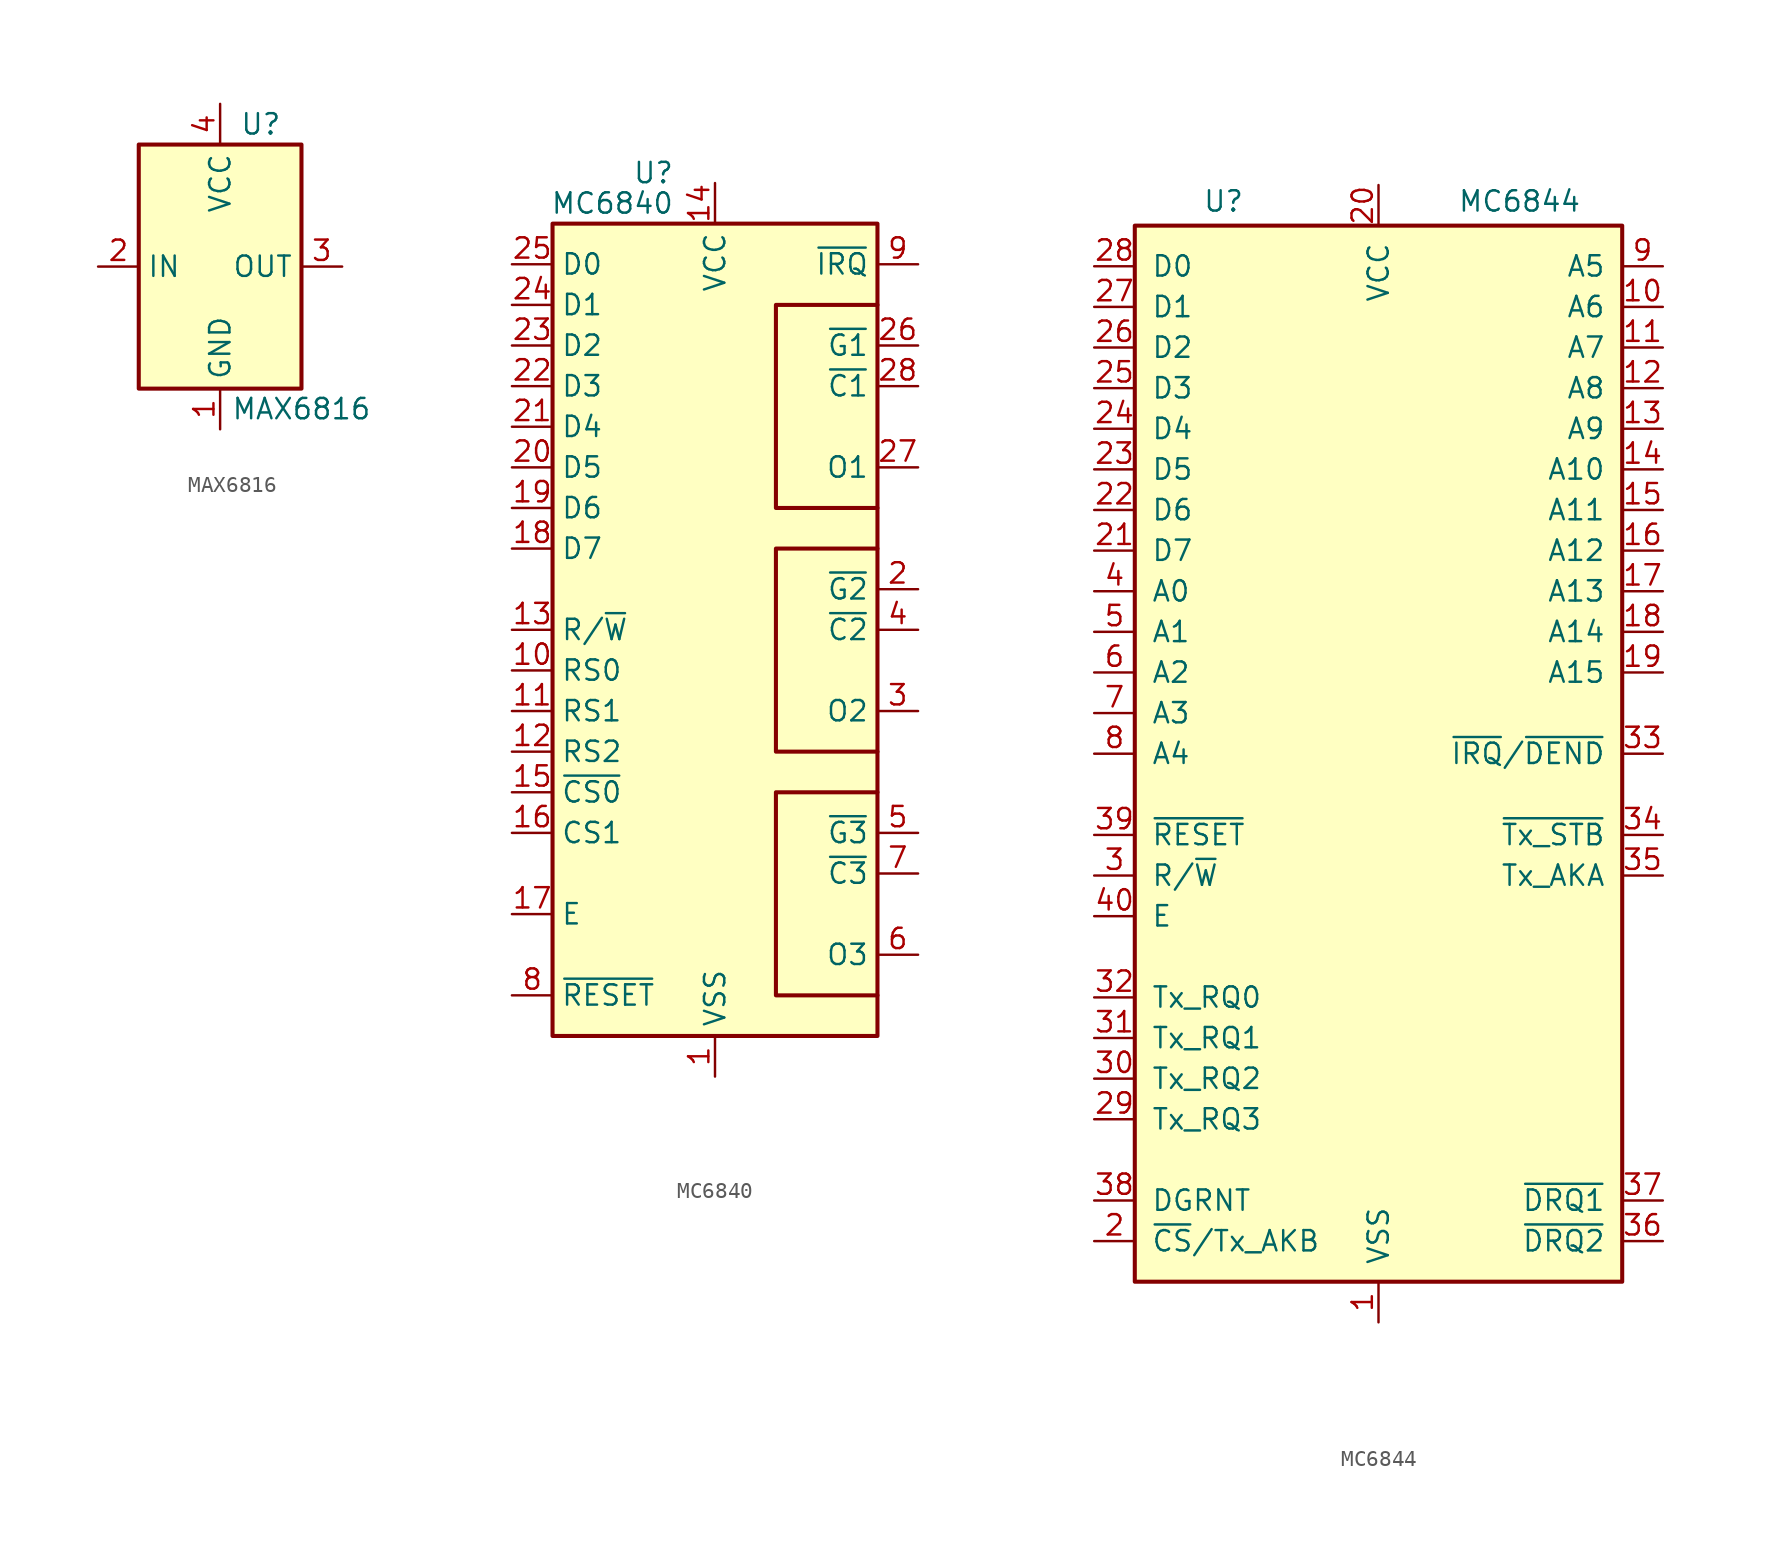
<source format=kicad_sym>
(kicad_symbol_lib
  (version 20241209)
  (generator "kicad_symbol_editor")
  (generator_version "9.0")
  (symbol "MAX6816"
    (property "Reference" "U"
      (at 2.54 8.89 0)
      (effects (font (size 1.27 1.27))))
    (property "Value" "MAX6816"
      (at 5.08 -8.89 0)
      (effects (font (size 1.27 1.27))))
    (symbol "MAX6816_0_1"
      (rectangle (start -5.08 7.62) (end 5.08 -7.62) (stroke (width 0.254) (type default)) (fill (type background))))
    (symbol "MAX6816_1_1"
      (pin input line (at -7.62 0 0) (length 2.54) (name "IN" (effects (font (size 1.27 1.27)))) (number "2" (effects (font (size 1.27 1.27)))))
      (pin power_in line (at 0 10.16 270) (length 2.54) (name "VCC" (effects (font (size 1.27 1.27)))) (number "4" (effects (font (size 1.27 1.27)))))
      (pin power_in line (at 0 -10.16 90) (length 2.54) (name "GND" (effects (font (size 1.27 1.27)))) (number "1" (effects (font (size 1.27 1.27)))))
      (pin output line (at 7.62 0 180) (length 2.54) (name "OUT" (effects (font (size 1.27 1.27)))) (number "3" (effects (font (size 1.27 1.27)))))))
  (symbol "MC6840"
    (property "Reference" "U"
      (at -2.54 28.575 0)
      (effects (font (size 1.27 1.27)) (justify right)))
    (property "Value" "MC6840"
      (at -2.54 26.67 0)
      (effects (font (size 1.27 1.27)) (justify right)))
    (symbol "MC6840_0_1"
      (rectangle (start -10.16 25.4) (end 10.16 -25.4) (stroke (width 0.254) (type solid)) (fill (type background)))
      (polyline (pts (xy 10.16 20.32) (xy 3.81 20.32) (xy 3.81 7.62) (xy 10.16 7.62)) (stroke (width 0.254) (type solid)) (fill (type none)))
      (polyline (pts (xy 10.16 5.08) (xy 3.81 5.08) (xy 3.81 -7.62) (xy 10.16 -7.62)) (stroke (width 0.254) (type solid)) (fill (type none)))
      (polyline (pts (xy 10.16 -10.16) (xy 3.81 -10.16) (xy 3.81 -22.86) (xy 10.16 -22.86)) (stroke (width 0.254) (type solid)) (fill (type none))))
    (symbol "MC6840_1_1"
      (pin input line (at -12.7 22.86 0) (length 2.54) (name "D0" (effects (font (size 1.27 1.27)))) (number "25" (effects (font (size 1.27 1.27)))))
      (pin input line (at -12.7 20.32 0) (length 2.54) (name "D1" (effects (font (size 1.27 1.27)))) (number "24" (effects (font (size 1.27 1.27)))))
      (pin input line (at -12.7 17.78 0) (length 2.54) (name "D2" (effects (font (size 1.27 1.27)))) (number "23" (effects (font (size 1.27 1.27)))))
      (pin input line (at -12.7 15.24 0) (length 2.54) (name "D3" (effects (font (size 1.27 1.27)))) (number "22" (effects (font (size 1.27 1.27)))))
      (pin input line (at -12.7 12.7 0) (length 2.54) (name "D4" (effects (font (size 1.27 1.27)))) (number "21" (effects (font (size 1.27 1.27)))))
      (pin input line (at -12.7 10.16 0) (length 2.54) (name "D5" (effects (font (size 1.27 1.27)))) (number "20" (effects (font (size 1.27 1.27)))))
      (pin input line (at -12.7 7.62 0) (length 2.54) (name "D6" (effects (font (size 1.27 1.27)))) (number "19" (effects (font (size 1.27 1.27)))))
      (pin input line (at -12.7 5.08 0) (length 2.54) (name "D7" (effects (font (size 1.27 1.27)))) (number "18" (effects (font (size 1.27 1.27)))))
      (pin input line (at -12.7 0 0) (length 2.54) (name "R/~{W}" (effects (font (size 1.27 1.27)))) (number "13" (effects (font (size 1.27 1.27)))))
      (pin input line (at -12.7 -2.54 0) (length 2.54) (name "RS0" (effects (font (size 1.27 1.27)))) (number "10" (effects (font (size 1.27 1.27)))))
      (pin input line (at -12.7 -5.08 0) (length 2.54) (name "RS1" (effects (font (size 1.27 1.27)))) (number "11" (effects (font (size 1.27 1.27)))))
      (pin input line (at -12.7 -7.62 0) (length 2.54) (name "RS2" (effects (font (size 1.27 1.27)))) (number "12" (effects (font (size 1.27 1.27)))))
      (pin input line (at -12.7 -10.16 0) (length 2.54) (name "~{CS0}" (effects (font (size 1.27 1.27)))) (number "15" (effects (font (size 1.27 1.27)))))
      (pin input line (at -12.7 -12.7 0) (length 2.54) (name "CS1" (effects (font (size 1.27 1.27)))) (number "16" (effects (font (size 1.27 1.27)))))
      (pin input line (at -12.7 -17.78 0) (length 2.54) (name "E" (effects (font (size 1.27 1.27)))) (number "17" (effects (font (size 1.27 1.27)))))
      (pin input line (at -12.7 -22.86 0) (length 2.54) (name "~{RESET}" (effects (font (size 1.27 1.27)))) (number "8" (effects (font (size 1.27 1.27)))))
      (pin power_in line (at 0 27.94 270) (length 2.54) (name "VCC" (effects (font (size 1.27 1.27)))) (number "14" (effects (font (size 1.27 1.27)))))
      (pin power_in line (at 0 -27.94 90) (length 2.54) (name "VSS" (effects (font (size 1.27 1.27)))) (number "1" (effects (font (size 1.27 1.27)))))
      (pin output line (at 12.7 22.86 180) (length 2.54) (name "~{IRQ}" (effects (font (size 1.27 1.27)))) (number "9" (effects (font (size 1.27 1.27)))))
      (pin input line (at 12.7 17.78 180) (length 2.54) (name "~{G1}" (effects (font (size 1.27 1.27)))) (number "26" (effects (font (size 1.27 1.27)))))
      (pin input line (at 12.7 15.24 180) (length 2.54) (name "~{C1}" (effects (font (size 1.27 1.27)))) (number "28" (effects (font (size 1.27 1.27)))))
      (pin output line (at 12.7 10.16 180) (length 2.54) (name "O1" (effects (font (size 1.27 1.27)))) (number "27" (effects (font (size 1.27 1.27)))))
      (pin input line (at 12.7 2.54 180) (length 2.54) (name "~{G2}" (effects (font (size 1.27 1.27)))) (number "2" (effects (font (size 1.27 1.27)))))
      (pin input line (at 12.7 0 180) (length 2.54) (name "~{C2}" (effects (font (size 1.27 1.27)))) (number "4" (effects (font (size 1.27 1.27)))))
      (pin output line (at 12.7 -5.08 180) (length 2.54) (name "O2" (effects (font (size 1.27 1.27)))) (number "3" (effects (font (size 1.27 1.27)))))
      (pin input line (at 12.7 -12.7 180) (length 2.54) (name "~{G3}" (effects (font (size 1.27 1.27)))) (number "5" (effects (font (size 1.27 1.27)))))
      (pin input line (at 12.7 -15.24 180) (length 2.54) (name "~{C3}" (effects (font (size 1.27 1.27)))) (number "7" (effects (font (size 1.27 1.27)))))
      (pin output line (at 12.7 -20.32 180) (length 2.54) (name "O3" (effects (font (size 1.27 1.27)))) (number "6" (effects (font (size 1.27 1.27)))))))
  (symbol "MC6844"
    (pin_names
      (offset 1.016))
    (property "Reference" "U"
      (at -8.382 34.544 0)
      (effects (font (size 1.27 1.27)) (justify right)))
    (property "Value" "MC6844"
      (at 12.7 34.544 0)
      (effects (font (size 1.27 1.27)) (justify right)))
    (symbol "MC6844_0_1"
      (rectangle (start -15.24 -33.02) (end 15.24 33.02) (stroke (width 0.254) (type default)) (fill (type background))))
    (symbol "MC6844_1_1"
      (pin bidirectional line (at -17.78 30.48 0) (length 2.54) (name "D0" (effects (font (size 1.27 1.27)))) (number "28" (effects (font (size 1.27 1.27)))))
      (pin bidirectional line (at -17.78 27.94 0) (length 2.54) (name "D1" (effects (font (size 1.27 1.27)))) (number "27" (effects (font (size 1.27 1.27)))))
      (pin bidirectional line (at -17.78 25.4 0) (length 2.54) (name "D2" (effects (font (size 1.27 1.27)))) (number "26" (effects (font (size 1.27 1.27)))))
      (pin bidirectional line (at -17.78 22.86 0) (length 2.54) (name "D3" (effects (font (size 1.27 1.27)))) (number "25" (effects (font (size 1.27 1.27)))))
      (pin bidirectional line (at -17.78 20.32 0) (length 2.54) (name "D4" (effects (font (size 1.27 1.27)))) (number "24" (effects (font (size 1.27 1.27)))))
      (pin bidirectional line (at -17.78 17.78 0) (length 2.54) (name "D5" (effects (font (size 1.27 1.27)))) (number "23" (effects (font (size 1.27 1.27)))))
      (pin bidirectional line (at -17.78 15.24 0) (length 2.54) (name "D6" (effects (font (size 1.27 1.27)))) (number "22" (effects (font (size 1.27 1.27)))))
      (pin bidirectional line (at -17.78 12.7 0) (length 2.54) (name "D7" (effects (font (size 1.27 1.27)))) (number "21" (effects (font (size 1.27 1.27)))))
      (pin bidirectional line (at -17.78 10.16 0) (length 2.54) (name "A0" (effects (font (size 1.27 1.27)))) (number "4" (effects (font (size 1.27 1.27)))))
      (pin bidirectional line (at -17.78 7.62 0) (length 2.54) (name "A1" (effects (font (size 1.27 1.27)))) (number "5" (effects (font (size 1.27 1.27)))))
      (pin bidirectional line (at -17.78 5.08 0) (length 2.54) (name "A2" (effects (font (size 1.27 1.27)))) (number "6" (effects (font (size 1.27 1.27)))))
      (pin bidirectional line (at -17.78 2.54 0) (length 2.54) (name "A3" (effects (font (size 1.27 1.27)))) (number "7" (effects (font (size 1.27 1.27)))))
      (pin bidirectional line (at -17.78 0 0) (length 2.54) (name "A4" (effects (font (size 1.27 1.27)))) (number "8" (effects (font (size 1.27 1.27)))))
      (pin input line (at -17.78 -5.08 0) (length 2.54) (name "~{RESET}" (effects (font (size 1.27 1.27)))) (number "39" (effects (font (size 1.27 1.27)))))
      (pin bidirectional line (at -17.78 -7.62 0) (length 2.54) (name "R/~{W}" (effects (font (size 1.27 1.27)))) (number "3" (effects (font (size 1.27 1.27)))))
      (pin input line (at -17.78 -10.16 0) (length 2.54) (name "E" (effects (font (size 1.27 1.27)))) (number "40" (effects (font (size 1.27 1.27)))))
      (pin input line (at -17.78 -15.24 0) (length 2.54) (name "Tx_RQ0" (effects (font (size 1.27 1.27)))) (number "32" (effects (font (size 1.27 1.27)))))
      (pin input line (at -17.78 -17.78 0) (length 2.54) (name "Tx_RQ1" (effects (font (size 1.27 1.27)))) (number "31" (effects (font (size 1.27 1.27)))))
      (pin input line (at -17.78 -20.32 0) (length 2.54) (name "Tx_RQ2" (effects (font (size 1.27 1.27)))) (number "30" (effects (font (size 1.27 1.27)))))
      (pin input line (at -17.78 -22.86 0) (length 2.54) (name "Tx_RQ3" (effects (font (size 1.27 1.27)))) (number "29" (effects (font (size 1.27 1.27)))))
      (pin input line (at -17.78 -27.94 0) (length 2.54) (name "DGRNT" (effects (font (size 1.27 1.27)))) (number "38" (effects (font (size 1.27 1.27)))))
      (pin bidirectional line (at -17.78 -30.48 0) (length 2.54) (name "~{CS}/Tx_AKB" (effects (font (size 1.27 1.27)))) (number "2" (effects (font (size 1.27 1.27)))))
      (pin power_in line (at 0 35.56 270) (length 2.54) (name "VCC" (effects (font (size 1.27 1.27)))) (number "20" (effects (font (size 1.27 1.27)))))
      (pin power_in line (at 0 -35.56 90) (length 2.54) (name "VSS" (effects (font (size 1.27 1.27)))) (number "1" (effects (font (size 1.27 1.27)))))
      (pin output line (at 17.78 30.48 180) (length 2.54) (name "A5" (effects (font (size 1.27 1.27)))) (number "9" (effects (font (size 1.27 1.27)))))
      (pin output line (at 17.78 27.94 180) (length 2.54) (name "A6" (effects (font (size 1.27 1.27)))) (number "10" (effects (font (size 1.27 1.27)))))
      (pin output line (at 17.78 25.4 180) (length 2.54) (name "A7" (effects (font (size 1.27 1.27)))) (number "11" (effects (font (size 1.27 1.27)))))
      (pin output line (at 17.78 22.86 180) (length 2.54) (name "A8" (effects (font (size 1.27 1.27)))) (number "12" (effects (font (size 1.27 1.27)))))
      (pin output line (at 17.78 20.32 180) (length 2.54) (name "A9" (effects (font (size 1.27 1.27)))) (number "13" (effects (font (size 1.27 1.27)))))
      (pin output line (at 17.78 17.78 180) (length 2.54) (name "A10" (effects (font (size 1.27 1.27)))) (number "14" (effects (font (size 1.27 1.27)))))
      (pin output line (at 17.78 15.24 180) (length 2.54) (name "A11" (effects (font (size 1.27 1.27)))) (number "15" (effects (font (size 1.27 1.27)))))
      (pin output line (at 17.78 12.7 180) (length 2.54) (name "A12" (effects (font (size 1.27 1.27)))) (number "16" (effects (font (size 1.27 1.27)))))
      (pin output line (at 17.78 10.16 180) (length 2.54) (name "A13" (effects (font (size 1.27 1.27)))) (number "17" (effects (font (size 1.27 1.27)))))
      (pin output line (at 17.78 7.62 180) (length 2.54) (name "A14" (effects (font (size 1.27 1.27)))) (number "18" (effects (font (size 1.27 1.27)))))
      (pin output line (at 17.78 5.08 180) (length 2.54) (name "A15" (effects (font (size 1.27 1.27)))) (number "19" (effects (font (size 1.27 1.27)))))
      (pin output line (at 17.78 0 180) (length 2.54) (name "~{IRQ}/~{DEND}" (effects (font (size 1.27 1.27)))) (number "33" (effects (font (size 1.27 1.27)))))
      (pin output line (at 17.78 -5.08 180) (length 2.54) (name "~{Tx_STB}" (effects (font (size 1.27 1.27)))) (number "34" (effects (font (size 1.27 1.27)))))
      (pin output line (at 17.78 -7.62 180) (length 2.54) (name "Tx_AKA" (effects (font (size 1.27 1.27)))) (number "35" (effects (font (size 1.27 1.27)))))
      (pin output line (at 17.78 -27.94 180) (length 2.54) (name "~{DRQ1}" (effects (font (size 1.27 1.27)))) (number "37" (effects (font (size 1.27 1.27)))))
      (pin output line (at 17.78 -30.48 180) (length 2.54) (name "~{DRQ2}" (effects (font (size 1.27 1.27)))) (number "36" (effects (font (size 1.27 1.27))))))))
</source>
